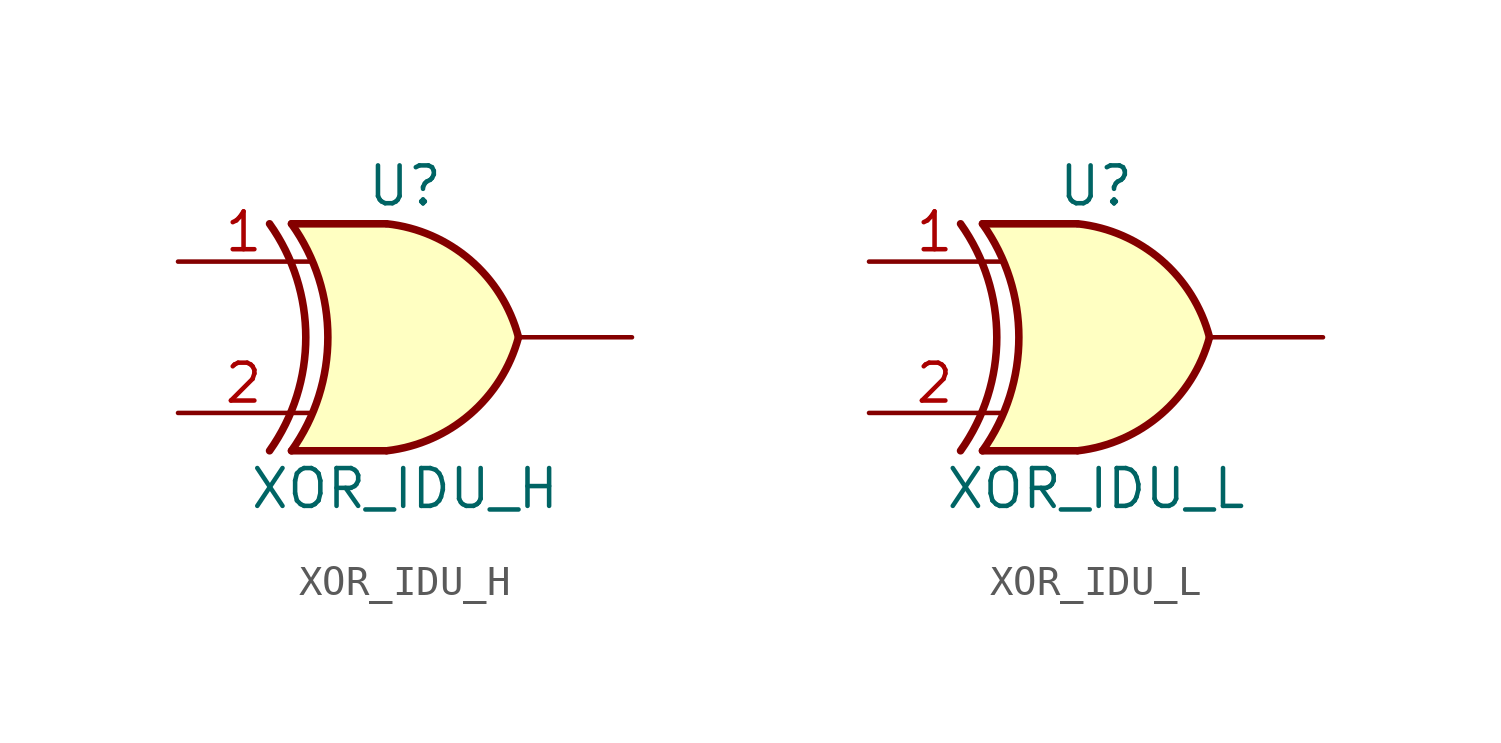
<source format=kicad_sym>
(kicad_symbol_lib
  (version 20231120)
  (generator "kicad_symbol_editor")
  (generator_version "8.0")
  (symbol "XOR_IDU_H"
    (pin_names hide)
    (property "Reference" "U"
      (at 0 5.08 0)
      (effects (font (size 1.27 1.27))))
    (property "Value" "XOR_IDU_H"
      (at 0 -5.08 0)
      (effects (font (size 1.27 1.27))))
    (symbol "XOR_IDU_H_1_0"
      (arc (start -4.5468 -3.81) (mid -3.3305 0) (end -4.5468 3.81) (stroke (width 0.254) (type default)) (fill (type none))))
    (symbol "XOR_IDU_H_1_1"
      (arc (start -3.8102 -3.81) (mid -2.5892 0) (end -3.8102 3.81) (stroke (width 0.254) (type default)) (fill (type none)))
      (arc (start -0.6098 -3.81) (mid 2.1853 -2.584) (end 3.8098 0) (stroke (width 0.254) (type default)) (fill (type background)))
      (polyline (pts (xy -3.81 -3.81) (xy -0.635 -3.81)) (stroke (width 0.254) (type default)) (fill (type background)))
      (polyline (pts (xy -3.81 3.81) (xy -0.635 3.81)) (stroke (width 0.254) (type default)) (fill (type background)))
      (polyline (pts (xy -0.635 3.81) (xy -3.81 3.81) (xy -3.81 3.81) (xy -3.556 3.404) (xy -3.023 2.261) (xy -2.693 1.041) (xy -2.616 -0.254) (xy -2.769 -1.499) (xy -3.175 -2.718) (xy -3.81 -3.81) (xy -3.81 -3.81) (xy -0.635 -3.81)) (stroke (width -25.4) (type default)) (fill (type background)))
      (arc (start 3.8098 0) (mid 2.1926 2.5925) (end -0.6098 3.81) (stroke (width 0.254) (type default)) (fill (type background)))
      (pin output line (at 7.62 0 180) (length 3.81) (name "~" (effects (font (size 1.27 1.27)))) (number "" (effects (font (size 0 0)))))
      (pin input line (at -7.62 2.54 0) (length 4.4) (name "~" (effects (font (size 1.27 1.27)))) (number "1" (effects (font (size 1.27 1.27)))))
      (pin input line (at -7.62 -2.54 0) (length 4.4) (name "~" (effects (font (size 1.27 1.27)))) (number "2" (effects (font (size 1.27 1.27)))))))
  (symbol "XOR_IDU_L"
    (pin_names hide)
    (property "Reference" "U"
      (at 0 5.08 0)
      (effects (font (size 1.27 1.27))))
    (property "Value" "XOR_IDU_L"
      (at 0 -5.08 0)
      (effects (font (size 1.27 1.27))))
    (symbol "XOR_IDU_L_1_0"
      (arc (start -4.5468 -3.81) (mid -3.3305 0) (end -4.5468 3.81) (stroke (width 0.254) (type default)) (fill (type none))))
    (symbol "XOR_IDU_L_1_1"
      (arc (start -3.8102 -3.81) (mid -2.5892 0) (end -3.8102 3.81) (stroke (width 0.254) (type default)) (fill (type none)))
      (arc (start -0.6098 -3.81) (mid 2.1853 -2.584) (end 3.8098 0) (stroke (width 0.254) (type default)) (fill (type background)))
      (polyline (pts (xy -3.81 -3.81) (xy -0.635 -3.81)) (stroke (width 0.254) (type default)) (fill (type background)))
      (polyline (pts (xy -3.81 3.81) (xy -0.635 3.81)) (stroke (width 0.254) (type default)) (fill (type background)))
      (polyline (pts (xy -0.635 3.81) (xy -3.81 3.81) (xy -3.81 3.81) (xy -3.556 3.404) (xy -3.023 2.261) (xy -2.693 1.041) (xy -2.616 -0.254) (xy -2.769 -1.499) (xy -3.175 -2.718) (xy -3.81 -3.81) (xy -3.81 -3.81) (xy -0.635 -3.81)) (stroke (width -25.4) (type default)) (fill (type background)))
      (arc (start 3.8098 0) (mid 2.1926 2.5925) (end -0.6098 3.81) (stroke (width 0.254) (type default)) (fill (type background)))
      (pin output line (at 7.62 0 180) (length 3.81) (name "~" (effects (font (size 1.27 1.27)))) (number "" (effects (font (size 0 0)))))
      (pin input line (at -7.62 2.54 0) (length 4.4) (name "~" (effects (font (size 1.27 1.27)))) (number "1" (effects (font (size 1.27 1.27)))))
      (pin input line (at -7.62 -2.54 0) (length 4.4) (name "~" (effects (font (size 1.27 1.27)))) (number "2" (effects (font (size 1.27 1.27))))))))
</source>
